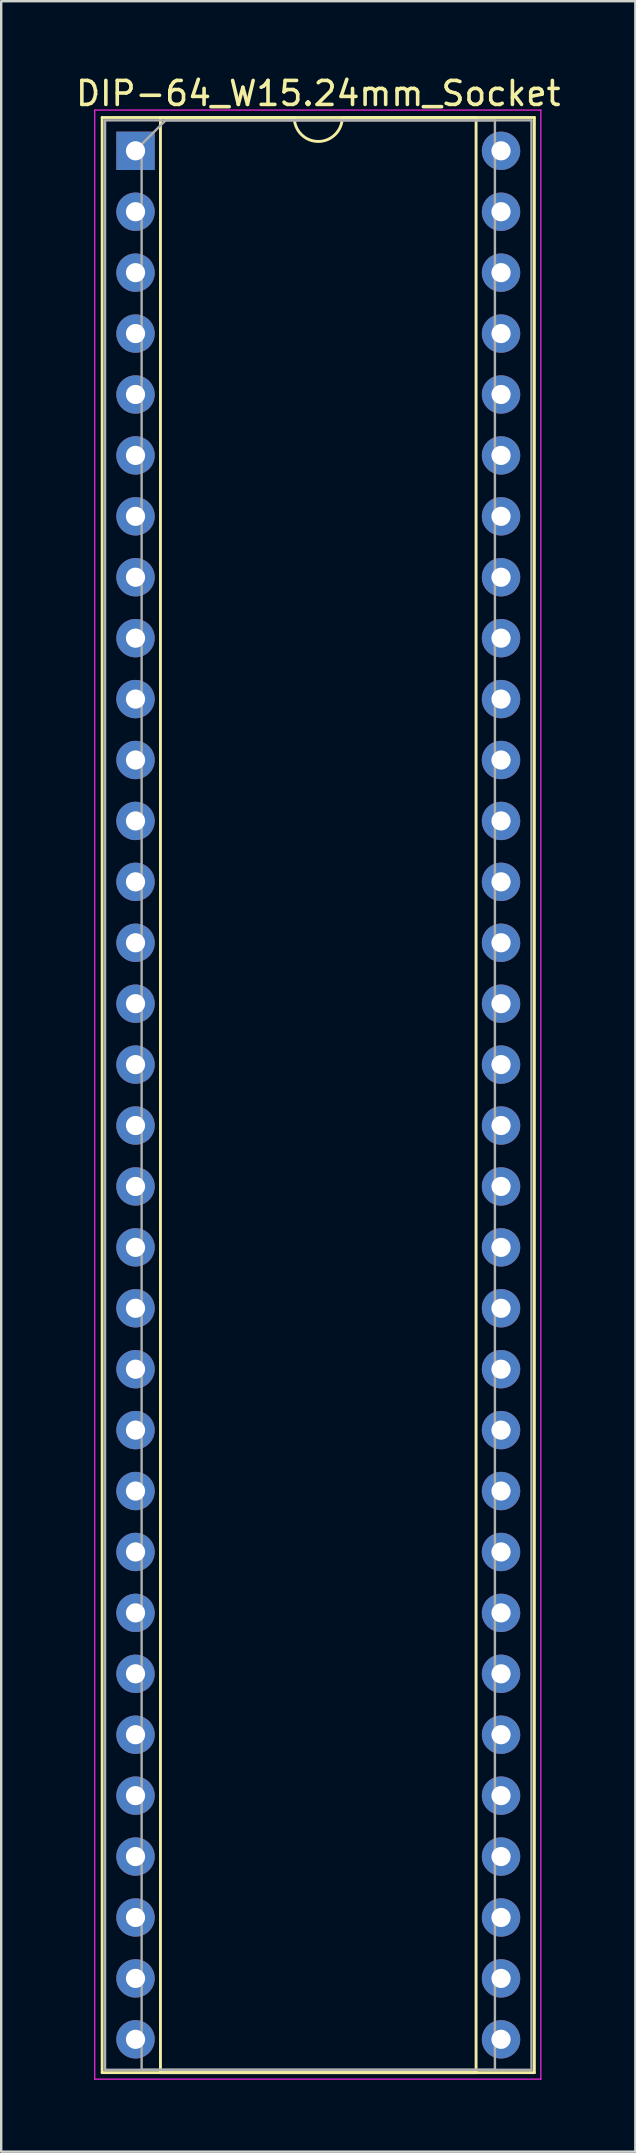
<source format=kicad_pcb>
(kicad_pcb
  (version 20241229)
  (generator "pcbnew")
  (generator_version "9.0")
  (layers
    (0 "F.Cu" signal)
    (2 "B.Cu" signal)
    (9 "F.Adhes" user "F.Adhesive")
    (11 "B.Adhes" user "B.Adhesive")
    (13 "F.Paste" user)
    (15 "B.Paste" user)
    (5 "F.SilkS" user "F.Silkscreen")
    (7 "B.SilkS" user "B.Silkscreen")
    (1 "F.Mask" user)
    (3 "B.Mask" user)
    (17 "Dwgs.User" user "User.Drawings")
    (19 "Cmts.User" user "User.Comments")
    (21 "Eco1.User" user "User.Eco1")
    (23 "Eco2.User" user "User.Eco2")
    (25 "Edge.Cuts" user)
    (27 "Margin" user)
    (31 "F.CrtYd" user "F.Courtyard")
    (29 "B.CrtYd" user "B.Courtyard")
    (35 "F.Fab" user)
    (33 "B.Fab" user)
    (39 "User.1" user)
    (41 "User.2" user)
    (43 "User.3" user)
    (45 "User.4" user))
  (footprint "DIP-64_W15.24mm_Socket"
    (layer "F.Cu")
    (at 2.6 3.238)
    (property "Reference" "DIP-64_W15.24mm_Socket" (at 7.62 -2.39 0) (layer "F.SilkS") (effects (font (size 1 1) (thickness 0.15))))
    (attr through_hole)
    (fp_line (start -1.39 -1.39) (end -1.39 80.13) (stroke (width 0.12) (type solid)) (layer "F.SilkS"))
    (fp_line (start -1.39 80.13) (end 16.63 80.13) (stroke (width 0.12) (type solid)) (layer "F.SilkS"))
    (fp_line (start 1.04 -1.39) (end 1.04 80.13) (stroke (width 0.12) (type solid)) (layer "F.SilkS"))
    (fp_line (start 1.04 80.13) (end 14.2 80.13) (stroke (width 0.12) (type solid)) (layer "F.SilkS"))
    (fp_line (start 6.62 -1.39) (end 1.04 -1.39) (stroke (width 0.12) (type solid)) (layer "F.SilkS"))
    (fp_line (start 14.2 -1.39) (end 8.62 -1.39) (stroke (width 0.12) (type solid)) (layer "F.SilkS"))
    (fp_line (start 14.2 80.13) (end 14.2 -1.39) (stroke (width 0.12) (type solid)) (layer "F.SilkS"))
    (fp_line (start 16.63 -1.39) (end -1.39 -1.39) (stroke (width 0.12) (type solid)) (layer "F.SilkS"))
    (fp_line (start 16.63 80.13) (end 16.63 -1.39) (stroke (width 0.12) (type solid)) (layer "F.SilkS"))
    (fp_arc (start 8.62 -1.39) (mid 7.62 -0.39) (end 6.62 -1.39) (stroke (width 0.12) (type solid)) (layer "F.SilkS"))
    (fp_line (start -1.7 -1.7) (end -1.7 80.4) (stroke (width 0.05) (type solid)) (layer "F.CrtYd"))
    (fp_line (start -1.7 80.4) (end 16.9 80.4) (stroke (width 0.05) (type solid)) (layer "F.CrtYd"))
    (fp_line (start 16.9 -1.7) (end -1.7 -1.7) (stroke (width 0.05) (type solid)) (layer "F.CrtYd"))
    (fp_line (start 16.9 80.4) (end 16.9 -1.7) (stroke (width 0.05) (type solid)) (layer "F.CrtYd"))
    (fp_line (start -1.27 -1.27) (end -1.27 80.01) (stroke (width 0.1) (type solid)) (layer "F.Fab"))
    (fp_line (start -1.27 80.01) (end 16.51 80.01) (stroke (width 0.1) (type solid)) (layer "F.Fab"))
    (fp_line (start 0.255 -0.27) (end 1.255 -1.27) (stroke (width 0.1) (type solid)) (layer "F.Fab"))
    (fp_line (start 0.255 80.01) (end 0.255 -0.27) (stroke (width 0.1) (type solid)) (layer "F.Fab"))
    (fp_line (start 1.255 -1.27) (end 14.985 -1.27) (stroke (width 0.1) (type solid)) (layer "F.Fab"))
    (fp_line (start 14.985 -1.27) (end 14.985 80.01) (stroke (width 0.1) (type solid)) (layer "F.Fab"))
    (fp_line (start 14.985 80.01) (end 0.255 80.01) (stroke (width 0.1) (type solid)) (layer "F.Fab"))
    (fp_line (start 16.51 -1.27) (end -1.27 -1.27) (stroke (width 0.1) (type solid)) (layer "F.Fab"))
    (fp_line (start 16.51 80.01) (end 16.51 -1.27) (stroke (width 0.1) (type solid)) (layer "F.Fab"))
    (pad "1" thru_hole rect (at 0 0) (size 1.6 1.6) (drill 0.8) (layers "*.Cu" "*.Mask"))
    (pad "2" thru_hole oval (at 0 2.54) (size 1.6 1.6) (drill 0.8) (layers "*.Cu" "*.Mask"))
    (pad "3" thru_hole oval (at 0 5.08) (size 1.6 1.6) (drill 0.8) (layers "*.Cu" "*.Mask"))
    (pad "4" thru_hole oval (at 0 7.62) (size 1.6 1.6) (drill 0.8) (layers "*.Cu" "*.Mask"))
    (pad "5" thru_hole oval (at 0 10.16) (size 1.6 1.6) (drill 0.8) (layers "*.Cu" "*.Mask"))
    (pad "6" thru_hole oval (at 0 12.7) (size 1.6 1.6) (drill 0.8) (layers "*.Cu" "*.Mask"))
    (pad "7" thru_hole oval (at 0 15.24) (size 1.6 1.6) (drill 0.8) (layers "*.Cu" "*.Mask"))
    (pad "8" thru_hole oval (at 0 17.78) (size 1.6 1.6) (drill 0.8) (layers "*.Cu" "*.Mask"))
    (pad "9" thru_hole oval (at 0 20.32) (size 1.6 1.6) (drill 0.8) (layers "*.Cu" "*.Mask"))
    (pad "10" thru_hole oval (at 0 22.86) (size 1.6 1.6) (drill 0.8) (layers "*.Cu" "*.Mask"))
    (pad "11" thru_hole oval (at 0 25.4) (size 1.6 1.6) (drill 0.8) (layers "*.Cu" "*.Mask"))
    (pad "12" thru_hole oval (at 0 27.94) (size 1.6 1.6) (drill 0.8) (layers "*.Cu" "*.Mask"))
    (pad "13" thru_hole oval (at 0 30.48) (size 1.6 1.6) (drill 0.8) (layers "*.Cu" "*.Mask"))
    (pad "14" thru_hole oval (at 0 33.02) (size 1.6 1.6) (drill 0.8) (layers "*.Cu" "*.Mask"))
    (pad "15" thru_hole oval (at 0 35.56) (size 1.6 1.6) (drill 0.8) (layers "*.Cu" "*.Mask"))
    (pad "16" thru_hole oval (at 0 38.1) (size 1.6 1.6) (drill 0.8) (layers "*.Cu" "*.Mask"))
    (pad "17" thru_hole oval (at 0 40.64) (size 1.6 1.6) (drill 0.8) (layers "*.Cu" "*.Mask"))
    (pad "18" thru_hole oval (at 0 43.18) (size 1.6 1.6) (drill 0.8) (layers "*.Cu" "*.Mask"))
    (pad "19" thru_hole oval (at 0 45.72) (size 1.6 1.6) (drill 0.8) (layers "*.Cu" "*.Mask"))
    (pad "20" thru_hole oval (at 0 48.26) (size 1.6 1.6) (drill 0.8) (layers "*.Cu" "*.Mask"))
    (pad "21" thru_hole oval (at 0 50.8) (size 1.6 1.6) (drill 0.8) (layers "*.Cu" "*.Mask"))
    (pad "22" thru_hole oval (at 0 53.34) (size 1.6 1.6) (drill 0.8) (layers "*.Cu" "*.Mask"))
    (pad "23" thru_hole oval (at 0 55.88) (size 1.6 1.6) (drill 0.8) (layers "*.Cu" "*.Mask"))
    (pad "24" thru_hole oval (at 0 58.42) (size 1.6 1.6) (drill 0.8) (layers "*.Cu" "*.Mask"))
    (pad "25" thru_hole oval (at 0 60.96) (size 1.6 1.6) (drill 0.8) (layers "*.Cu" "*.Mask"))
    (pad "26" thru_hole oval (at 0 63.5) (size 1.6 1.6) (drill 0.8) (layers "*.Cu" "*.Mask"))
    (pad "27" thru_hole oval (at 0 66.04) (size 1.6 1.6) (drill 0.8) (layers "*.Cu" "*.Mask"))
    (pad "28" thru_hole oval (at 0 68.58) (size 1.6 1.6) (drill 0.8) (layers "*.Cu" "*.Mask"))
    (pad "29" thru_hole oval (at 0 71.12) (size 1.6 1.6) (drill 0.8) (layers "*.Cu" "*.Mask"))
    (pad "30" thru_hole oval (at 0 73.66) (size 1.6 1.6) (drill 0.8) (layers "*.Cu" "*.Mask"))
    (pad "31" thru_hole oval (at 0 76.2) (size 1.6 1.6) (drill 0.8) (layers "*.Cu" "*.Mask"))
    (pad "32" thru_hole oval (at 0 78.74) (size 1.6 1.6) (drill 0.8) (layers "*.Cu" "*.Mask"))
    (pad "33" thru_hole oval (at 15.24 78.74) (size 1.6 1.6) (drill 0.8) (layers "*.Cu" "*.Mask"))
    (pad "34" thru_hole oval (at 15.24 76.2) (size 1.6 1.6) (drill 0.8) (layers "*.Cu" "*.Mask"))
    (pad "35" thru_hole oval (at 15.24 73.66) (size 1.6 1.6) (drill 0.8) (layers "*.Cu" "*.Mask"))
    (pad "36" thru_hole oval (at 15.24 71.12) (size 1.6 1.6) (drill 0.8) (layers "*.Cu" "*.Mask"))
    (pad "37" thru_hole oval (at 15.24 68.58) (size 1.6 1.6) (drill 0.8) (layers "*.Cu" "*.Mask"))
    (pad "38" thru_hole oval (at 15.24 66.04) (size 1.6 1.6) (drill 0.8) (layers "*.Cu" "*.Mask"))
    (pad "39" thru_hole oval (at 15.24 63.5) (size 1.6 1.6) (drill 0.8) (layers "*.Cu" "*.Mask"))
    (pad "40" thru_hole oval (at 15.24 60.96) (size 1.6 1.6) (drill 0.8) (layers "*.Cu" "*.Mask"))
    (pad "41" thru_hole oval (at 15.24 58.42) (size 1.6 1.6) (drill 0.8) (layers "*.Cu" "*.Mask"))
    (pad "42" thru_hole oval (at 15.24 55.88) (size 1.6 1.6) (drill 0.8) (layers "*.Cu" "*.Mask"))
    (pad "43" thru_hole oval (at 15.24 53.34) (size 1.6 1.6) (drill 0.8) (layers "*.Cu" "*.Mask"))
    (pad "44" thru_hole oval (at 15.24 50.8) (size 1.6 1.6) (drill 0.8) (layers "*.Cu" "*.Mask"))
    (pad "45" thru_hole oval (at 15.24 48.26) (size 1.6 1.6) (drill 0.8) (layers "*.Cu" "*.Mask"))
    (pad "46" thru_hole oval (at 15.24 45.72) (size 1.6 1.6) (drill 0.8) (layers "*.Cu" "*.Mask"))
    (pad "47" thru_hole oval (at 15.24 43.18) (size 1.6 1.6) (drill 0.8) (layers "*.Cu" "*.Mask"))
    (pad "48" thru_hole oval (at 15.24 40.64) (size 1.6 1.6) (drill 0.8) (layers "*.Cu" "*.Mask"))
    (pad "49" thru_hole oval (at 15.24 38.1) (size 1.6 1.6) (drill 0.8) (layers "*.Cu" "*.Mask"))
    (pad "50" thru_hole oval (at 15.24 35.56) (size 1.6 1.6) (drill 0.8) (layers "*.Cu" "*.Mask"))
    (pad "51" thru_hole oval (at 15.24 33.02) (size 1.6 1.6) (drill 0.8) (layers "*.Cu" "*.Mask"))
    (pad "52" thru_hole oval (at 15.24 30.48) (size 1.6 1.6) (drill 0.8) (layers "*.Cu" "*.Mask"))
    (pad "53" thru_hole oval (at 15.24 27.94) (size 1.6 1.6) (drill 0.8) (layers "*.Cu" "*.Mask"))
    (pad "54" thru_hole oval (at 15.24 25.4) (size 1.6 1.6) (drill 0.8) (layers "*.Cu" "*.Mask"))
    (pad "55" thru_hole oval (at 15.24 22.86) (size 1.6 1.6) (drill 0.8) (layers "*.Cu" "*.Mask"))
    (pad "56" thru_hole oval (at 15.24 20.32) (size 1.6 1.6) (drill 0.8) (layers "*.Cu" "*.Mask"))
    (pad "57" thru_hole oval (at 15.24 17.78) (size 1.6 1.6) (drill 0.8) (layers "*.Cu" "*.Mask"))
    (pad "58" thru_hole oval (at 15.24 15.24) (size 1.6 1.6) (drill 0.8) (layers "*.Cu" "*.Mask"))
    (pad "59" thru_hole oval (at 15.24 12.7) (size 1.6 1.6) (drill 0.8) (layers "*.Cu" "*.Mask"))
    (pad "60" thru_hole oval (at 15.24 10.16) (size 1.6 1.6) (drill 0.8) (layers "*.Cu" "*.Mask"))
    (pad "61" thru_hole oval (at 15.24 7.62) (size 1.6 1.6) (drill 0.8) (layers "*.Cu" "*.Mask"))
    (pad "62" thru_hole oval (at 15.24 5.08) (size 1.6 1.6) (drill 0.8) (layers "*.Cu" "*.Mask"))
    (pad "63" thru_hole oval (at 15.24 2.54) (size 1.6 1.6) (drill 0.8) (layers "*.Cu" "*.Mask"))
    (pad "64" thru_hole oval (at 15.24 0) (size 1.6 1.6) (drill 0.8) (layers "*.Cu" "*.Mask")))
  (gr_rect
    (start -3 -3)
    (end 23.44 86.663)
    (stroke (width 0.1) (type default))
    (fill no)
    (layer "Edge.Cuts")))
</source>
